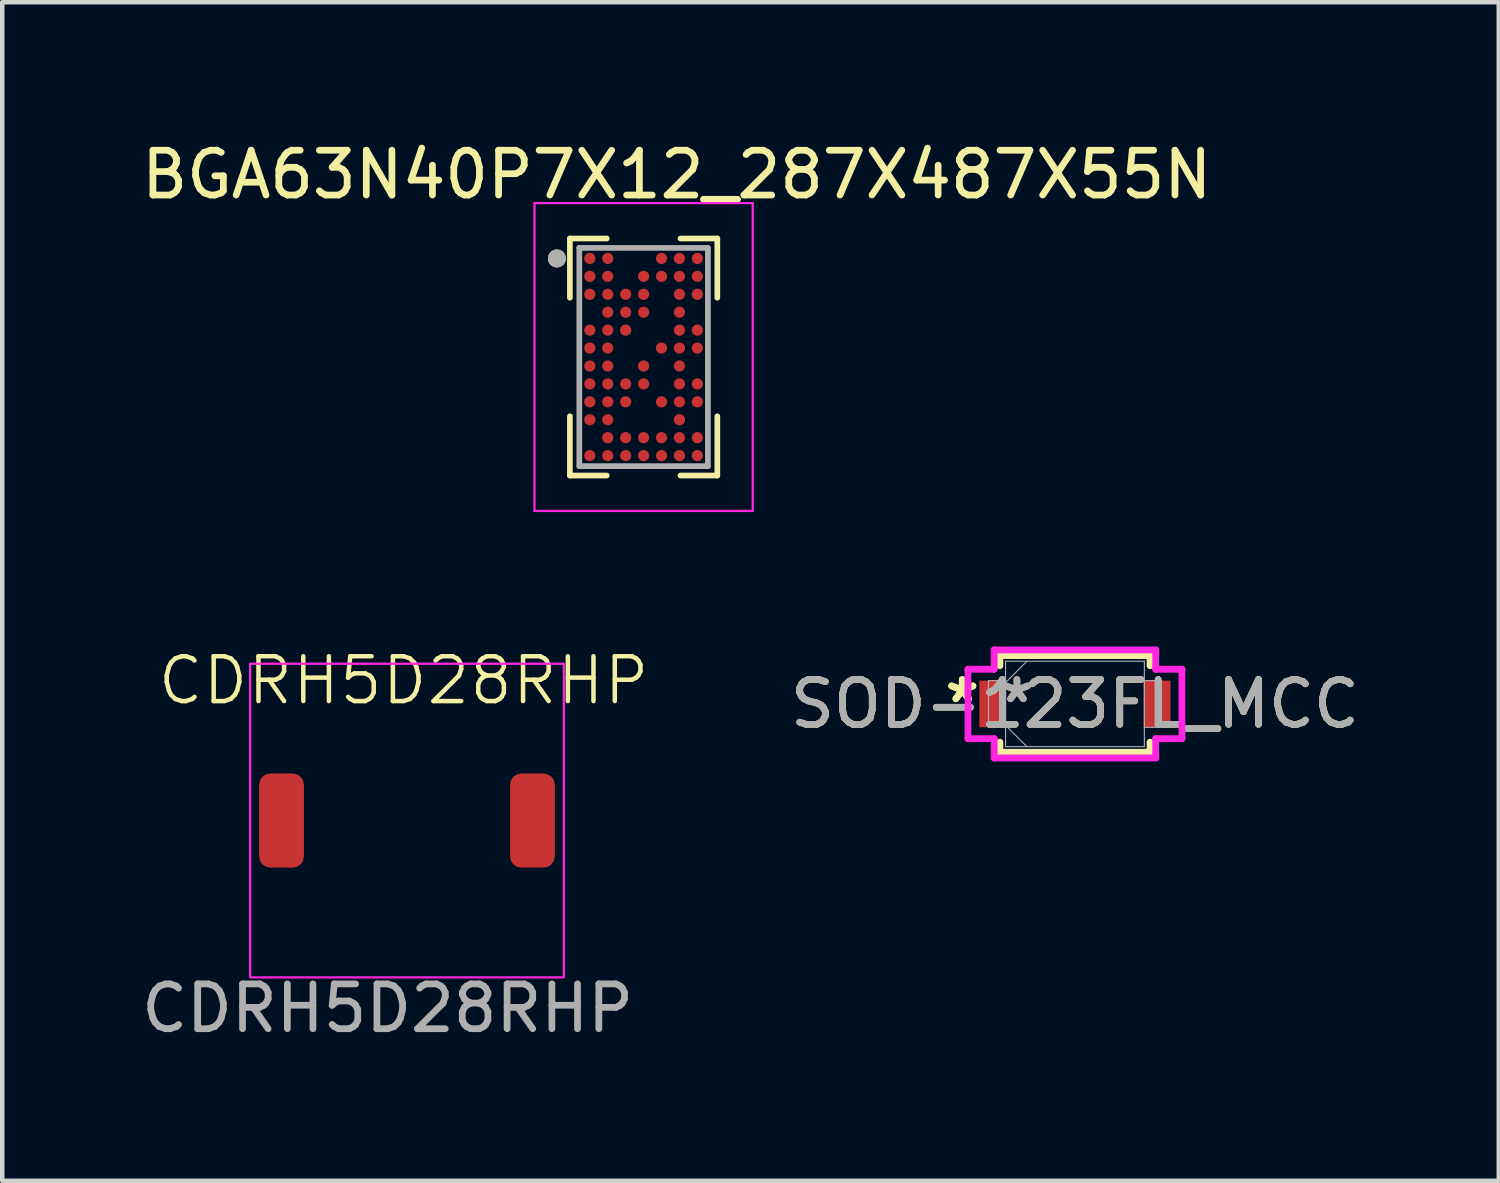
<source format=kicad_pcb>
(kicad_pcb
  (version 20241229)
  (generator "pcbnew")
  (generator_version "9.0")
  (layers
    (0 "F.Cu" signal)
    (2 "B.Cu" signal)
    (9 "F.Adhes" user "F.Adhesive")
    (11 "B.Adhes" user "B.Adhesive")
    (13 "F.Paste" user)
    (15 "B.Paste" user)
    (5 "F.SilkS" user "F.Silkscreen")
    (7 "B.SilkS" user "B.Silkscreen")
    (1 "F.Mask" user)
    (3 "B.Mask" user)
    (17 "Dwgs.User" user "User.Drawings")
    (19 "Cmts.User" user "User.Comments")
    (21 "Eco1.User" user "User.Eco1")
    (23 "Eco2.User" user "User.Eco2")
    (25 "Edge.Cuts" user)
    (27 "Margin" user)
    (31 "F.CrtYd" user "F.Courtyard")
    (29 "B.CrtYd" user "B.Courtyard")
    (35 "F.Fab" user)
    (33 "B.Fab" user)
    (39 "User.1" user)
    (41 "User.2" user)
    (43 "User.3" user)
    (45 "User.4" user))
  (footprint "SOD-123FL_MCC"
    (layer "F.Cu")
    (at 20.941 12.661)
    (property "Reference" "SOD-123FL_MCC" (at 0 0 0) (unlocked yes) (layer "F.SilkS") (effects (font (size 1 1) (thickness 0.15))))
    (attr smd)
    (fp_line (start -1.676 -1.079) (end -1.676 -0.853) (stroke (width 0.152) (type solid)) (layer "F.SilkS"))
    (fp_line (start -1.676 0.853) (end -1.676 1.079) (stroke (width 0.152) (type solid)) (layer "F.SilkS"))
    (fp_line (start -1.676 1.079) (end 1.676 1.079) (stroke (width 0.152) (type solid)) (layer "F.SilkS"))
    (fp_line (start 1.676 -1.079) (end -1.676 -1.079) (stroke (width 0.152) (type solid)) (layer "F.SilkS"))
    (fp_line (start 1.676 -0.853) (end 1.676 -1.079) (stroke (width 0.152) (type solid)) (layer "F.SilkS"))
    (fp_line (start 1.676 1.079) (end 1.676 0.853) (stroke (width 0.152) (type solid)) (layer "F.SilkS"))
    (fp_line (start -2.388 -0.775) (end -1.803 -0.775) (stroke (width 0.152) (type solid)) (layer "F.CrtYd"))
    (fp_line (start -2.388 0.775) (end -2.388 -0.775) (stroke (width 0.152) (type solid)) (layer "F.CrtYd"))
    (fp_line (start -1.803 -1.206) (end 1.803 -1.206) (stroke (width 0.152) (type solid)) (layer "F.CrtYd"))
    (fp_line (start -1.803 -0.775) (end -1.803 -1.206) (stroke (width 0.152) (type solid)) (layer "F.CrtYd"))
    (fp_line (start -1.803 0.775) (end -2.388 0.775) (stroke (width 0.152) (type solid)) (layer "F.CrtYd"))
    (fp_line (start -1.803 1.206) (end -1.803 0.775) (stroke (width 0.152) (type solid)) (layer "F.CrtYd"))
    (fp_line (start 1.803 -1.206) (end 1.803 -0.775) (stroke (width 0.152) (type solid)) (layer "F.CrtYd"))
    (fp_line (start 1.803 -0.775) (end 2.388 -0.775) (stroke (width 0.152) (type solid)) (layer "F.CrtYd"))
    (fp_line (start 1.803 0.775) (end 1.803 1.206) (stroke (width 0.152) (type solid)) (layer "F.CrtYd"))
    (fp_line (start 1.803 1.206) (end -1.803 1.206) (stroke (width 0.152) (type solid)) (layer "F.CrtYd"))
    (fp_line (start 2.388 -0.775) (end 2.388 0.775) (stroke (width 0.152) (type solid)) (layer "F.CrtYd"))
    (fp_line (start 2.388 0.775) (end 1.803 0.775) (stroke (width 0.152) (type solid)) (layer "F.CrtYd"))
    (fp_line (start -1.93 -0.521) (end -1.93 0.521) (stroke (width 0.025) (type solid)) (layer "F.Fab"))
    (fp_line (start -1.93 0.521) (end -1.549 0.521) (stroke (width 0.025) (type solid)) (layer "F.Fab"))
    (fp_line (start -1.549 -0.953) (end -1.549 0.953) (stroke (width 0.025) (type solid)) (layer "F.Fab"))
    (fp_line (start -1.549 -0.521) (end -1.93 -0.521) (stroke (width 0.025) (type solid)) (layer "F.Fab"))
    (fp_line (start -1.549 -0.476) (end -1.073 -0.953) (stroke (width 0.025) (type solid)) (layer "F.Fab"))
    (fp_line (start -1.549 0.476) (end -1.073 0.953) (stroke (width 0.025) (type solid)) (layer "F.Fab"))
    (fp_line (start -1.549 0.521) (end -1.549 -0.521) (stroke (width 0.025) (type solid)) (layer "F.Fab"))
    (fp_line (start -1.549 0.953) (end 1.549 0.953) (stroke (width 0.025) (type solid)) (layer "F.Fab"))
    (fp_line (start 1.549 -0.953) (end -1.549 -0.953) (stroke (width 0.025) (type solid)) (layer "F.Fab"))
    (fp_line (start 1.549 -0.521) (end 1.549 0.521) (stroke (width 0.025) (type solid)) (layer "F.Fab"))
    (fp_line (start 1.549 0.521) (end 1.93 0.521) (stroke (width 0.025) (type solid)) (layer "F.Fab"))
    (fp_line (start 1.549 0.953) (end 1.549 -0.953) (stroke (width 0.025) (type solid)) (layer "F.Fab"))
    (fp_line (start 1.93 -0.521) (end 1.549 -0.521) (stroke (width 0.025) (type solid)) (layer "F.Fab"))
    (fp_line (start 1.93 0.521) (end 1.93 -0.521) (stroke (width 0.025) (type solid)) (layer "F.Fab"))
    (fp_text user "*" (at -2.515 0 0) (unlocked yes) (layer "F.SilkS") (effects (font (size 1 1) (thickness 0.15))))
    (fp_text user "*" (at -2.515 0 0) (layer "F.SilkS") (effects (font (size 1 1) (thickness 0.15))))
    (fp_text user "*" (at -1.295 0 0) (layer "F.Fab") (effects (font (size 1 1) (thickness 0.15))))
    (fp_text user "*" (at -1.295 0 0) (unlocked yes) (layer "F.Fab") (effects (font (size 1 1) (thickness 0.15))))
    (fp_text user "${REFERENCE}" (at 0 0 0) (unlocked yes) (layer "F.Fab") (effects (font (size 1 1) (thickness 0.15))))
    (pad "1" smd rect (at -1.841 0) (size 0.584 1.041) (layers "F.Cu" "F.Mask" "F.Paste"))
    (pad "2" smd rect (at 1.841 0) (size 0.584 1.041) (layers "F.Cu" "F.Mask" "F.Paste"))
    (zone (net_name "") (layer "F.Cu") (hatch full 0.508) (connect_pads) (min_thickness 0.254) (filled_areas_thickness no) (keepout (tracks not_allowed) (vias not_allowed) (pads allowed) (copperpour not_allowed) (footprints allowed)) (placement (enabled no)) (fill) (polygon (pts (xy 19.443 11.759) (xy 22.44 11.759) (xy 22.44 13.563) (xy 19.443 13.563)))))
  (footprint "BGA63N40P7X12_287X487X55N"
    (layer "F.Cu")
    (at 11.314 4.918)
    (property "Reference" "BGA63N40P7X12_287X487X55N" (at 0.74 -4.07 0) (layer "F.SilkS") (effects (font (size 1 1) (thickness 0.15))))
    (attr smd)
    (fp_line (start -1.645 -2.645) (end -1.645 -1.323) (stroke (width 0.127) (type solid)) (layer "F.SilkS"))
    (fp_line (start -1.645 -2.645) (end -0.823 -2.645) (stroke (width 0.127) (type solid)) (layer "F.SilkS"))
    (fp_line (start -1.645 2.645) (end -1.645 1.323) (stroke (width 0.127) (type solid)) (layer "F.SilkS"))
    (fp_line (start -1.645 2.645) (end -0.823 2.645) (stroke (width 0.127) (type solid)) (layer "F.SilkS"))
    (fp_line (start 1.645 -2.645) (end 0.823 -2.645) (stroke (width 0.127) (type solid)) (layer "F.SilkS"))
    (fp_line (start 1.645 -2.645) (end 1.645 -1.323) (stroke (width 0.127) (type solid)) (layer "F.SilkS"))
    (fp_line (start 1.645 2.645) (end 0.823 2.645) (stroke (width 0.127) (type solid)) (layer "F.SilkS"))
    (fp_line (start 1.645 2.645) (end 1.645 1.323) (stroke (width 0.127) (type solid)) (layer "F.SilkS"))
    (fp_circle (center -1.935 -2.2) (end -1.835 -2.2) (stroke (width 0.2) (type solid)) (fill no) (layer "F.SilkS"))
    (fp_line (start -2.435 -3.435) (end 2.435 -3.435) (stroke (width 0.05) (type solid)) (layer "F.CrtYd"))
    (fp_line (start -2.435 3.435) (end -2.435 -3.435) (stroke (width 0.05) (type solid)) (layer "F.CrtYd"))
    (fp_line (start -2.435 3.435) (end 2.435 3.435) (stroke (width 0.05) (type solid)) (layer "F.CrtYd"))
    (fp_line (start 2.435 3.435) (end 2.435 -3.435) (stroke (width 0.05) (type solid)) (layer "F.CrtYd"))
    (fp_line (start -1.435 2.435) (end -1.435 -2.435) (stroke (width 0.127) (type solid)) (layer "F.Fab"))
    (fp_line (start 1.435 -2.435) (end -1.435 -2.435) (stroke (width 0.127) (type solid)) (layer "F.Fab"))
    (fp_line (start 1.435 2.435) (end -1.435 2.435) (stroke (width 0.127) (type solid)) (layer "F.Fab"))
    (fp_line (start 1.435 2.435) (end 1.435 -2.435) (stroke (width 0.127) (type solid)) (layer "F.Fab"))
    (fp_circle (center -1.935 -2.2) (end -1.835 -2.2) (stroke (width 0.2) (type solid)) (fill no) (layer "F.Fab"))
    (pad "A1" smd circle (at -1.2 -2.2) (size 0.25 0.25) (layers "F.Cu" "F.Mask" "F.Paste"))
    (pad "A2" smd circle (at -0.8 -2.2) (size 0.25 0.25) (layers "F.Cu" "F.Mask" "F.Paste"))
    (pad "A5" smd circle (at 0.4 -2.2) (size 0.25 0.25) (layers "F.Cu" "F.Mask" "F.Paste"))
    (pad "A6" smd circle (at 0.8 -2.2) (size 0.25 0.25) (layers "F.Cu" "F.Mask" "F.Paste"))
    (pad "A7" smd circle (at 1.2 -2.2) (size 0.25 0.25) (layers "F.Cu" "F.Mask" "F.Paste"))
    (pad "B1" smd circle (at -1.2 -1.8) (size 0.25 0.25) (layers "F.Cu" "F.Mask" "F.Paste"))
    (pad "B2" smd circle (at -0.8 -1.8) (size 0.25 0.25) (layers "F.Cu" "F.Mask" "F.Paste"))
    (pad "B4" smd circle (at 0 -1.8) (size 0.25 0.25) (layers "F.Cu" "F.Mask" "F.Paste"))
    (pad "B5" smd circle (at 0.4 -1.8) (size 0.25 0.25) (layers "F.Cu" "F.Mask" "F.Paste"))
    (pad "B6" smd circle (at 0.8 -1.8) (size 0.25 0.25) (layers "F.Cu" "F.Mask" "F.Paste"))
    (pad "B7" smd circle (at 1.2 -1.8) (size 0.25 0.25) (layers "F.Cu" "F.Mask" "F.Paste"))
    (pad "C1" smd circle (at -1.2 -1.4) (size 0.25 0.25) (layers "F.Cu" "F.Mask" "F.Paste"))
    (pad "C2" smd circle (at -0.8 -1.4) (size 0.25 0.25) (layers "F.Cu" "F.Mask" "F.Paste"))
    (pad "C3" smd circle (at -0.4 -1.4) (size 0.25 0.25) (layers "F.Cu" "F.Mask" "F.Paste"))
    (pad "C4" smd circle (at 0 -1.4) (size 0.25 0.25) (layers "F.Cu" "F.Mask" "F.Paste"))
    (pad "C6" smd circle (at 0.8 -1.4) (size 0.25 0.25) (layers "F.Cu" "F.Mask" "F.Paste"))
    (pad "C7" smd circle (at 1.2 -1.4) (size 0.25 0.25) (layers "F.Cu" "F.Mask" "F.Paste"))
    (pad "D2" smd circle (at -0.8 -1) (size 0.25 0.25) (layers "F.Cu" "F.Mask" "F.Paste"))
    (pad "D3" smd circle (at -0.4 -1) (size 0.25 0.25) (layers "F.Cu" "F.Mask" "F.Paste"))
    (pad "D4" smd circle (at 0 -1) (size 0.25 0.25) (layers "F.Cu" "F.Mask" "F.Paste"))
    (pad "D6" smd circle (at 0.8 -1) (size 0.25 0.25) (layers "F.Cu" "F.Mask" "F.Paste"))
    (pad "E1" smd circle (at -1.2 -0.6) (size 0.25 0.25) (layers "F.Cu" "F.Mask" "F.Paste"))
    (pad "E2" smd circle (at -0.8 -0.6) (size 0.25 0.25) (layers "F.Cu" "F.Mask" "F.Paste"))
    (pad "E3" smd circle (at -0.4 -0.6) (size 0.25 0.25) (layers "F.Cu" "F.Mask" "F.Paste"))
    (pad "E6" smd circle (at 0.8 -0.6) (size 0.25 0.25) (layers "F.Cu" "F.Mask" "F.Paste"))
    (pad "E7" smd circle (at 1.2 -0.6) (size 0.25 0.25) (layers "F.Cu" "F.Mask" "F.Paste"))
    (pad "F1" smd circle (at -1.2 -0.2) (size 0.25 0.25) (layers "F.Cu" "F.Mask" "F.Paste"))
    (pad "F2" smd circle (at -0.8 -0.2) (size 0.25 0.25) (layers "F.Cu" "F.Mask" "F.Paste"))
    (pad "F5" smd circle (at 0.4 -0.2) (size 0.25 0.25) (layers "F.Cu" "F.Mask" "F.Paste"))
    (pad "F6" smd circle (at 0.8 -0.2) (size 0.25 0.25) (layers "F.Cu" "F.Mask" "F.Paste"))
    (pad "F7" smd circle (at 1.2 -0.2) (size 0.25 0.25) (layers "F.Cu" "F.Mask" "F.Paste"))
    (pad "G1" smd circle (at -1.2 0.2) (size 0.25 0.25) (layers "F.Cu" "F.Mask" "F.Paste"))
    (pad "G2" smd circle (at -0.8 0.2) (size 0.25 0.25) (layers "F.Cu" "F.Mask" "F.Paste"))
    (pad "G4" smd circle (at 0 0.2) (size 0.25 0.25) (layers "F.Cu" "F.Mask" "F.Paste"))
    (pad "G6" smd circle (at 0.8 0.2) (size 0.25 0.25) (layers "F.Cu" "F.Mask" "F.Paste"))
    (pad "H1" smd circle (at -1.2 0.6) (size 0.25 0.25) (layers "F.Cu" "F.Mask" "F.Paste"))
    (pad "H2" smd circle (at -0.8 0.6) (size 0.25 0.25) (layers "F.Cu" "F.Mask" "F.Paste"))
    (pad "H3" smd circle (at -0.4 0.6) (size 0.25 0.25) (layers "F.Cu" "F.Mask" "F.Paste"))
    (pad "H4" smd circle (at 0 0.6) (size 0.25 0.25) (layers "F.Cu" "F.Mask" "F.Paste"))
    (pad "H6" smd circle (at 0.8 0.6) (size 0.25 0.25) (layers "F.Cu" "F.Mask" "F.Paste"))
    (pad "H7" smd circle (at 1.2 0.6) (size 0.25 0.25) (layers "F.Cu" "F.Mask" "F.Paste"))
    (pad "J1" smd circle (at -1.2 1) (size 0.25 0.25) (layers "F.Cu" "F.Mask" "F.Paste"))
    (pad "J2" smd circle (at -0.8 1) (size 0.25 0.25) (layers "F.Cu" "F.Mask" "F.Paste"))
    (pad "J3" smd circle (at -0.4 1) (size 0.25 0.25) (layers "F.Cu" "F.Mask" "F.Paste"))
    (pad "J5" smd circle (at 0.4 1) (size 0.25 0.25) (layers "F.Cu" "F.Mask" "F.Paste"))
    (pad "J6" smd circle (at 0.8 1) (size 0.25 0.25) (layers "F.Cu" "F.Mask" "F.Paste"))
    (pad "J7" smd circle (at 1.2 1) (size 0.25 0.25) (layers "F.Cu" "F.Mask" "F.Paste"))
    (pad "K1" smd circle (at -1.2 1.4) (size 0.25 0.25) (layers "F.Cu" "F.Mask" "F.Paste"))
    (pad "K2" smd circle (at -0.8 1.4) (size 0.25 0.25) (layers "F.Cu" "F.Mask" "F.Paste"))
    (pad "K6" smd circle (at 0.8 1.4) (size 0.25 0.25) (layers "F.Cu" "F.Mask" "F.Paste"))
    (pad "L2" smd circle (at -0.8 1.8) (size 0.25 0.25) (layers "F.Cu" "F.Mask" "F.Paste"))
    (pad "L3" smd circle (at -0.4 1.8) (size 0.25 0.25) (layers "F.Cu" "F.Mask" "F.Paste"))
    (pad "L4" smd circle (at 0 1.8) (size 0.25 0.25) (layers "F.Cu" "F.Mask" "F.Paste"))
    (pad "L5" smd circle (at 0.4 1.8) (size 0.25 0.25) (layers "F.Cu" "F.Mask" "F.Paste"))
    (pad "L6" smd circle (at 0.8 1.8) (size 0.25 0.25) (layers "F.Cu" "F.Mask" "F.Paste"))
    (pad "L7" smd circle (at 1.2 1.8) (size 0.25 0.25) (layers "F.Cu" "F.Mask" "F.Paste"))
    (pad "M1" smd circle (at -1.2 2.2) (size 0.25 0.25) (layers "F.Cu" "F.Mask" "F.Paste"))
    (pad "M2" smd circle (at -0.8 2.2) (size 0.25 0.25) (layers "F.Cu" "F.Mask" "F.Paste"))
    (pad "M3" smd circle (at -0.4 2.2) (size 0.25 0.25) (layers "F.Cu" "F.Mask" "F.Paste"))
    (pad "M4" smd circle (at 0 2.2) (size 0.25 0.25) (layers "F.Cu" "F.Mask" "F.Paste"))
    (pad "M5" smd circle (at 0.4 2.2) (size 0.25 0.25) (layers "F.Cu" "F.Mask" "F.Paste"))
    (pad "M6" smd circle (at 0.8 2.2) (size 0.25 0.25) (layers "F.Cu" "F.Mask" "F.Paste"))
    (pad "M7" smd circle (at 1.2 2.2) (size 0.25 0.25) (layers "F.Cu" "F.Mask" "F.Paste")))
  (footprint "CDRH5D28RHP"
    (layer "F.Cu")
    (at 6.033 15.263)
    (property "Reference" "CDRH5D28RHP" (at -0.076 -3.124 0) (unlocked yes) (layer "F.SilkS") (effects (font (size 1 1) (thickness 0.1))))
    (attr smd)
    (fp_rect (start -3.5 -3.5) (end 3.5 3.5) (stroke (width 0.05) (type default)) (fill no) (layer "F.CrtYd"))
    (fp_text user "${REFERENCE}" (at -0.432 4.191 0) (unlocked yes) (layer "F.Fab") (effects (font (size 1 1) (thickness 0.15))))
    (pad "1" smd roundrect (at 2.8 0) (size 1 2.1) (layers "F.Cu" "F.Mask" "F.Paste") (roundrect_rratio 0.25))
    (pad "2" smd roundrect (at -2.8 0) (size 1 2.1) (layers "F.Cu" "F.Mask" "F.Paste") (roundrect_rratio 0.25)))
  (gr_rect
    (start -3 -3)
    (end 30.4 23.302)
    (stroke (width 0.1) (type default))
    (fill no)
    (layer "Edge.Cuts")))
</source>
